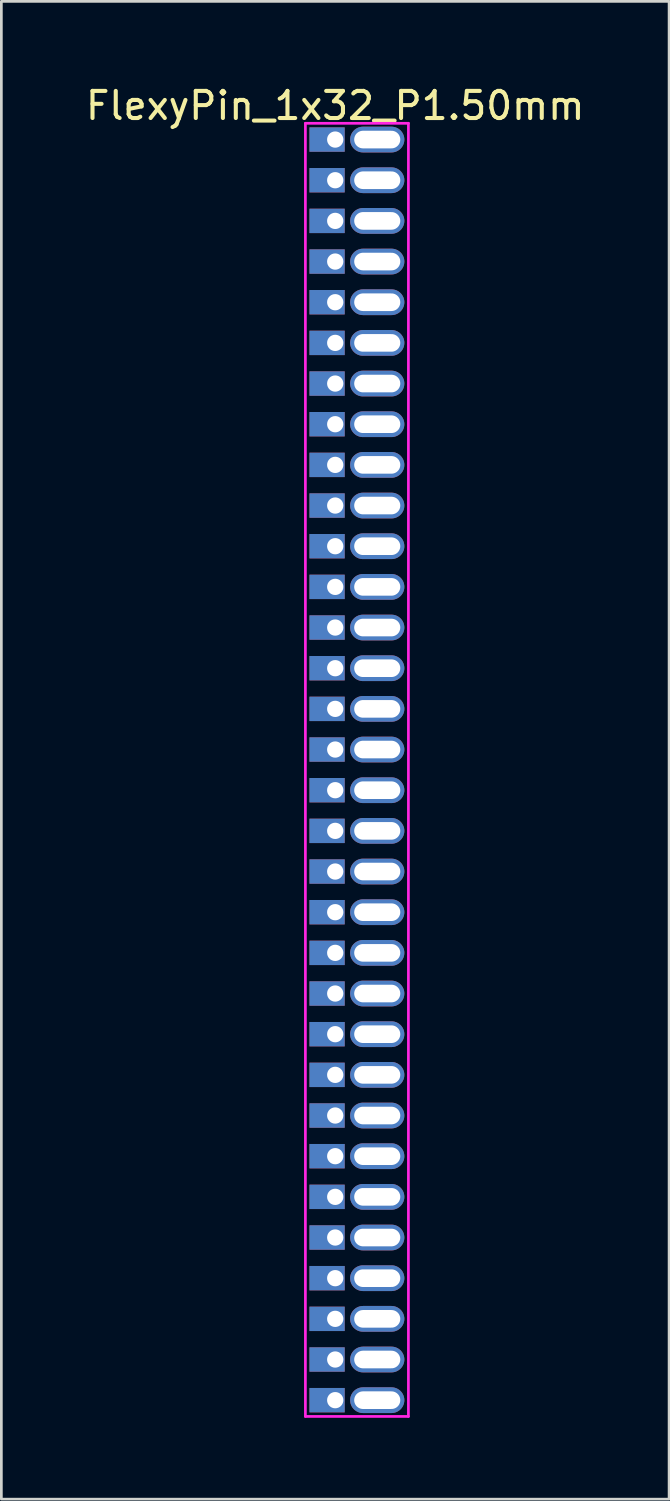
<source format=kicad_pcb>
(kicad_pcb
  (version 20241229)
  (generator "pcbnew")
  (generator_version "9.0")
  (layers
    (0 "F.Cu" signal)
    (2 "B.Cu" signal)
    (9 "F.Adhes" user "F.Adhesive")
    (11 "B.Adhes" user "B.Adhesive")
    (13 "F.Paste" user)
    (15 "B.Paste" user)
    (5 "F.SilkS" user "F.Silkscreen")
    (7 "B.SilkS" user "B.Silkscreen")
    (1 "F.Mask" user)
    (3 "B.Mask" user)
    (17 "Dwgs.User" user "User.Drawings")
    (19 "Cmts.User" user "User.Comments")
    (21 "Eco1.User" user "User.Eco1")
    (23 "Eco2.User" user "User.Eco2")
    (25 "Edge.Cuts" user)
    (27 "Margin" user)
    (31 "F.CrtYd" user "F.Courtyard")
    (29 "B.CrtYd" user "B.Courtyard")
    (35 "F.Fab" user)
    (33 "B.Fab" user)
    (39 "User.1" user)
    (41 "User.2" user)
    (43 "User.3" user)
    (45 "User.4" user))
  (footprint "FlexyPin_1x32_P1.50mm"
    (layer "F.Cu")
    (at 9.315 2.098)
    (property "Reference" "FlexyPin_1x32_P1.50mm" (at 0 -1.25 0) (layer "F.SilkS") (effects (font (size 1 1) (thickness 0.15))))
    (attr through_hole)
    (fp_line (start -1.1 -0.6) (end 2.7 -0.6) (stroke (width 0.1) (type solid)) (layer "F.CrtYd"))
    (fp_line (start -1.1 47.1) (end -1.1 -0.6) (stroke (width 0.1) (type solid)) (layer "F.CrtYd"))
    (fp_line (start 2.7 -0.6) (end 2.7 47.1) (stroke (width 0.1) (type solid)) (layer "F.CrtYd"))
    (fp_line (start 2.7 47.1) (end -1.1 47.1) (stroke (width 0.1) (type solid)) (layer "F.CrtYd"))
    (pad "" thru_hole oval (at 1.55 0) (size 2 0.95) (drill oval 1.7 0.65) (layers "*.Cu" "*.Mask"))
    (pad "" thru_hole oval (at 1.55 1.5) (size 2 0.95) (drill oval 1.7 0.65) (layers "*.Cu" "*.Mask"))
    (pad "" thru_hole oval (at 1.55 3) (size 2 0.95) (drill oval 1.7 0.65) (layers "*.Cu" "*.Mask"))
    (pad "" thru_hole oval (at 1.55 4.5) (size 2 0.95) (drill oval 1.7 0.65) (layers "*.Cu" "*.Mask"))
    (pad "" thru_hole oval (at 1.55 6) (size 2 0.95) (drill oval 1.7 0.65) (layers "*.Cu" "*.Mask"))
    (pad "" thru_hole oval (at 1.55 7.5) (size 2 0.95) (drill oval 1.7 0.65) (layers "*.Cu" "*.Mask"))
    (pad "" thru_hole oval (at 1.55 9) (size 2 0.95) (drill oval 1.7 0.65) (layers "*.Cu" "*.Mask"))
    (pad "" thru_hole oval (at 1.55 10.5) (size 2 0.95) (drill oval 1.7 0.65) (layers "*.Cu" "*.Mask"))
    (pad "" thru_hole oval (at 1.55 12) (size 2 0.95) (drill oval 1.7 0.65) (layers "*.Cu" "*.Mask"))
    (pad "" thru_hole oval (at 1.55 13.5) (size 2 0.95) (drill oval 1.7 0.65) (layers "*.Cu" "*.Mask"))
    (pad "" thru_hole oval (at 1.55 15) (size 2 0.95) (drill oval 1.7 0.65) (layers "*.Cu" "*.Mask"))
    (pad "" thru_hole oval (at 1.55 16.5) (size 2 0.95) (drill oval 1.7 0.65) (layers "*.Cu" "*.Mask"))
    (pad "" thru_hole oval (at 1.55 18) (size 2 0.95) (drill oval 1.7 0.65) (layers "*.Cu" "*.Mask"))
    (pad "" thru_hole oval (at 1.55 19.5) (size 2 0.95) (drill oval 1.7 0.65) (layers "*.Cu" "*.Mask"))
    (pad "" thru_hole oval (at 1.55 21) (size 2 0.95) (drill oval 1.7 0.65) (layers "*.Cu" "*.Mask"))
    (pad "" thru_hole oval (at 1.55 22.5) (size 2 0.95) (drill oval 1.7 0.65) (layers "*.Cu" "*.Mask"))
    (pad "" thru_hole oval (at 1.55 24) (size 2 0.95) (drill oval 1.7 0.65) (layers "*.Cu" "*.Mask"))
    (pad "" thru_hole oval (at 1.55 25.5) (size 2 0.95) (drill oval 1.7 0.65) (layers "*.Cu" "*.Mask"))
    (pad "" thru_hole oval (at 1.55 27) (size 2 0.95) (drill oval 1.7 0.65) (layers "*.Cu" "*.Mask"))
    (pad "" thru_hole oval (at 1.55 28.5) (size 2 0.95) (drill oval 1.7 0.65) (layers "*.Cu" "*.Mask"))
    (pad "" thru_hole oval (at 1.55 30) (size 2 0.95) (drill oval 1.7 0.65) (layers "*.Cu" "*.Mask"))
    (pad "" thru_hole oval (at 1.55 31.5) (size 2 0.95) (drill oval 1.7 0.65) (layers "*.Cu" "*.Mask"))
    (pad "" thru_hole oval (at 1.55 33) (size 2 0.95) (drill oval 1.7 0.65) (layers "*.Cu" "*.Mask"))
    (pad "" thru_hole oval (at 1.55 34.5) (size 2 0.95) (drill oval 1.7 0.65) (layers "*.Cu" "*.Mask"))
    (pad "" thru_hole oval (at 1.55 36) (size 2 0.95) (drill oval 1.7 0.65) (layers "*.Cu" "*.Mask"))
    (pad "" thru_hole oval (at 1.55 37.5) (size 2 0.95) (drill oval 1.7 0.65) (layers "*.Cu" "*.Mask"))
    (pad "" thru_hole oval (at 1.55 39) (size 2 0.95) (drill oval 1.7 0.65) (layers "*.Cu" "*.Mask"))
    (pad "" thru_hole oval (at 1.55 40.5) (size 2 0.95) (drill oval 1.7 0.65) (layers "*.Cu" "*.Mask"))
    (pad "" thru_hole oval (at 1.55 42) (size 2 0.95) (drill oval 1.7 0.65) (layers "*.Cu" "*.Mask"))
    (pad "" thru_hole oval (at 1.55 43.5) (size 2 0.95) (drill oval 1.7 0.65) (layers "*.Cu" "*.Mask"))
    (pad "" thru_hole oval (at 1.55 45) (size 2 0.95) (drill oval 1.7 0.65) (layers "*.Cu" "*.Mask"))
    (pad "" thru_hole oval (at 1.55 46.5) (size 2 0.95) (drill oval 1.7 0.65) (layers "*.Cu" "*.Mask"))
    (pad "1" thru_hole rect (at 0 0) (size 1.3 0.9) (drill 0.6 (offset -0.3 0)) (layers "*.Cu" "*.Mask"))
    (pad "2" thru_hole rect (at 0 1.5) (size 1.3 0.9) (drill 0.6 (offset -0.3 0)) (layers "*.Cu" "*.Mask"))
    (pad "3" thru_hole rect (at 0 3) (size 1.3 0.9) (drill 0.6 (offset -0.3 0)) (layers "*.Cu" "*.Mask"))
    (pad "4" thru_hole rect (at 0 4.5) (size 1.3 0.9) (drill 0.6 (offset -0.3 0)) (layers "*.Cu" "*.Mask"))
    (pad "5" thru_hole rect (at 0 6) (size 1.3 0.9) (drill 0.6 (offset -0.3 0)) (layers "*.Cu" "*.Mask"))
    (pad "6" thru_hole rect (at 0 7.5) (size 1.3 0.9) (drill 0.6 (offset -0.3 0)) (layers "*.Cu" "*.Mask"))
    (pad "7" thru_hole rect (at 0 9) (size 1.3 0.9) (drill 0.6 (offset -0.3 0)) (layers "*.Cu" "*.Mask"))
    (pad "8" thru_hole rect (at 0 10.5) (size 1.3 0.9) (drill 0.6 (offset -0.3 0)) (layers "*.Cu" "*.Mask"))
    (pad "9" thru_hole rect (at 0 12) (size 1.3 0.9) (drill 0.6 (offset -0.3 0)) (layers "*.Cu" "*.Mask"))
    (pad "10" thru_hole rect (at 0 13.5) (size 1.3 0.9) (drill 0.6 (offset -0.3 0)) (layers "*.Cu" "*.Mask"))
    (pad "11" thru_hole rect (at 0 15) (size 1.3 0.9) (drill 0.6 (offset -0.3 0)) (layers "*.Cu" "*.Mask"))
    (pad "12" thru_hole rect (at 0 16.5) (size 1.3 0.9) (drill 0.6 (offset -0.3 0)) (layers "*.Cu" "*.Mask"))
    (pad "13" thru_hole rect (at 0 18) (size 1.3 0.9) (drill 0.6 (offset -0.3 0)) (layers "*.Cu" "*.Mask"))
    (pad "14" thru_hole rect (at 0 19.5) (size 1.3 0.9) (drill 0.6 (offset -0.3 0)) (layers "*.Cu" "*.Mask"))
    (pad "15" thru_hole rect (at 0 21) (size 1.3 0.9) (drill 0.6 (offset -0.3 0)) (layers "*.Cu" "*.Mask"))
    (pad "16" thru_hole rect (at 0 22.5) (size 1.3 0.9) (drill 0.6 (offset -0.3 0)) (layers "*.Cu" "*.Mask"))
    (pad "17" thru_hole rect (at 0 24) (size 1.3 0.9) (drill 0.6 (offset -0.3 0)) (layers "*.Cu" "*.Mask"))
    (pad "18" thru_hole rect (at 0 25.5) (size 1.3 0.9) (drill 0.6 (offset -0.3 0)) (layers "*.Cu" "*.Mask"))
    (pad "19" thru_hole rect (at 0 27) (size 1.3 0.9) (drill 0.6 (offset -0.3 0)) (layers "*.Cu" "*.Mask"))
    (pad "20" thru_hole rect (at 0 28.5) (size 1.3 0.9) (drill 0.6 (offset -0.3 0)) (layers "*.Cu" "*.Mask"))
    (pad "21" thru_hole rect (at 0 30) (size 1.3 0.9) (drill 0.6 (offset -0.3 0)) (layers "*.Cu" "*.Mask"))
    (pad "22" thru_hole rect (at 0 31.5) (size 1.3 0.9) (drill 0.6 (offset -0.3 0)) (layers "*.Cu" "*.Mask"))
    (pad "23" thru_hole rect (at 0 33) (size 1.3 0.9) (drill 0.6 (offset -0.3 0)) (layers "*.Cu" "*.Mask"))
    (pad "24" thru_hole rect (at 0 34.5) (size 1.3 0.9) (drill 0.6 (offset -0.3 0)) (layers "*.Cu" "*.Mask"))
    (pad "25" thru_hole rect (at 0 36) (size 1.3 0.9) (drill 0.6 (offset -0.3 0)) (layers "*.Cu" "*.Mask"))
    (pad "26" thru_hole rect (at 0 37.5) (size 1.3 0.9) (drill 0.6 (offset -0.3 0)) (layers "*.Cu" "*.Mask"))
    (pad "27" thru_hole rect (at 0 39) (size 1.3 0.9) (drill 0.6 (offset -0.3 0)) (layers "*.Cu" "*.Mask"))
    (pad "28" thru_hole rect (at 0 40.5) (size 1.3 0.9) (drill 0.6 (offset -0.3 0)) (layers "*.Cu" "*.Mask"))
    (pad "29" thru_hole rect (at 0 42) (size 1.3 0.9) (drill 0.6 (offset -0.3 0)) (layers "*.Cu" "*.Mask"))
    (pad "30" thru_hole rect (at 0 43.5) (size 1.3 0.9) (drill 0.6 (offset -0.3 0)) (layers "*.Cu" "*.Mask"))
    (pad "31" thru_hole rect (at 0 45) (size 1.3 0.9) (drill 0.6 (offset -0.3 0)) (layers "*.Cu" "*.Mask"))
    (pad "32" thru_hole rect (at 0 46.5) (size 1.3 0.9) (drill 0.6 (offset -0.3 0)) (layers "*.Cu" "*.Mask")))
  (gr_rect
    (start -3 -3)
    (end 21.631 52.248)
    (stroke (width 0.1) (type default))
    (fill no)
    (layer "Edge.Cuts")))
</source>
